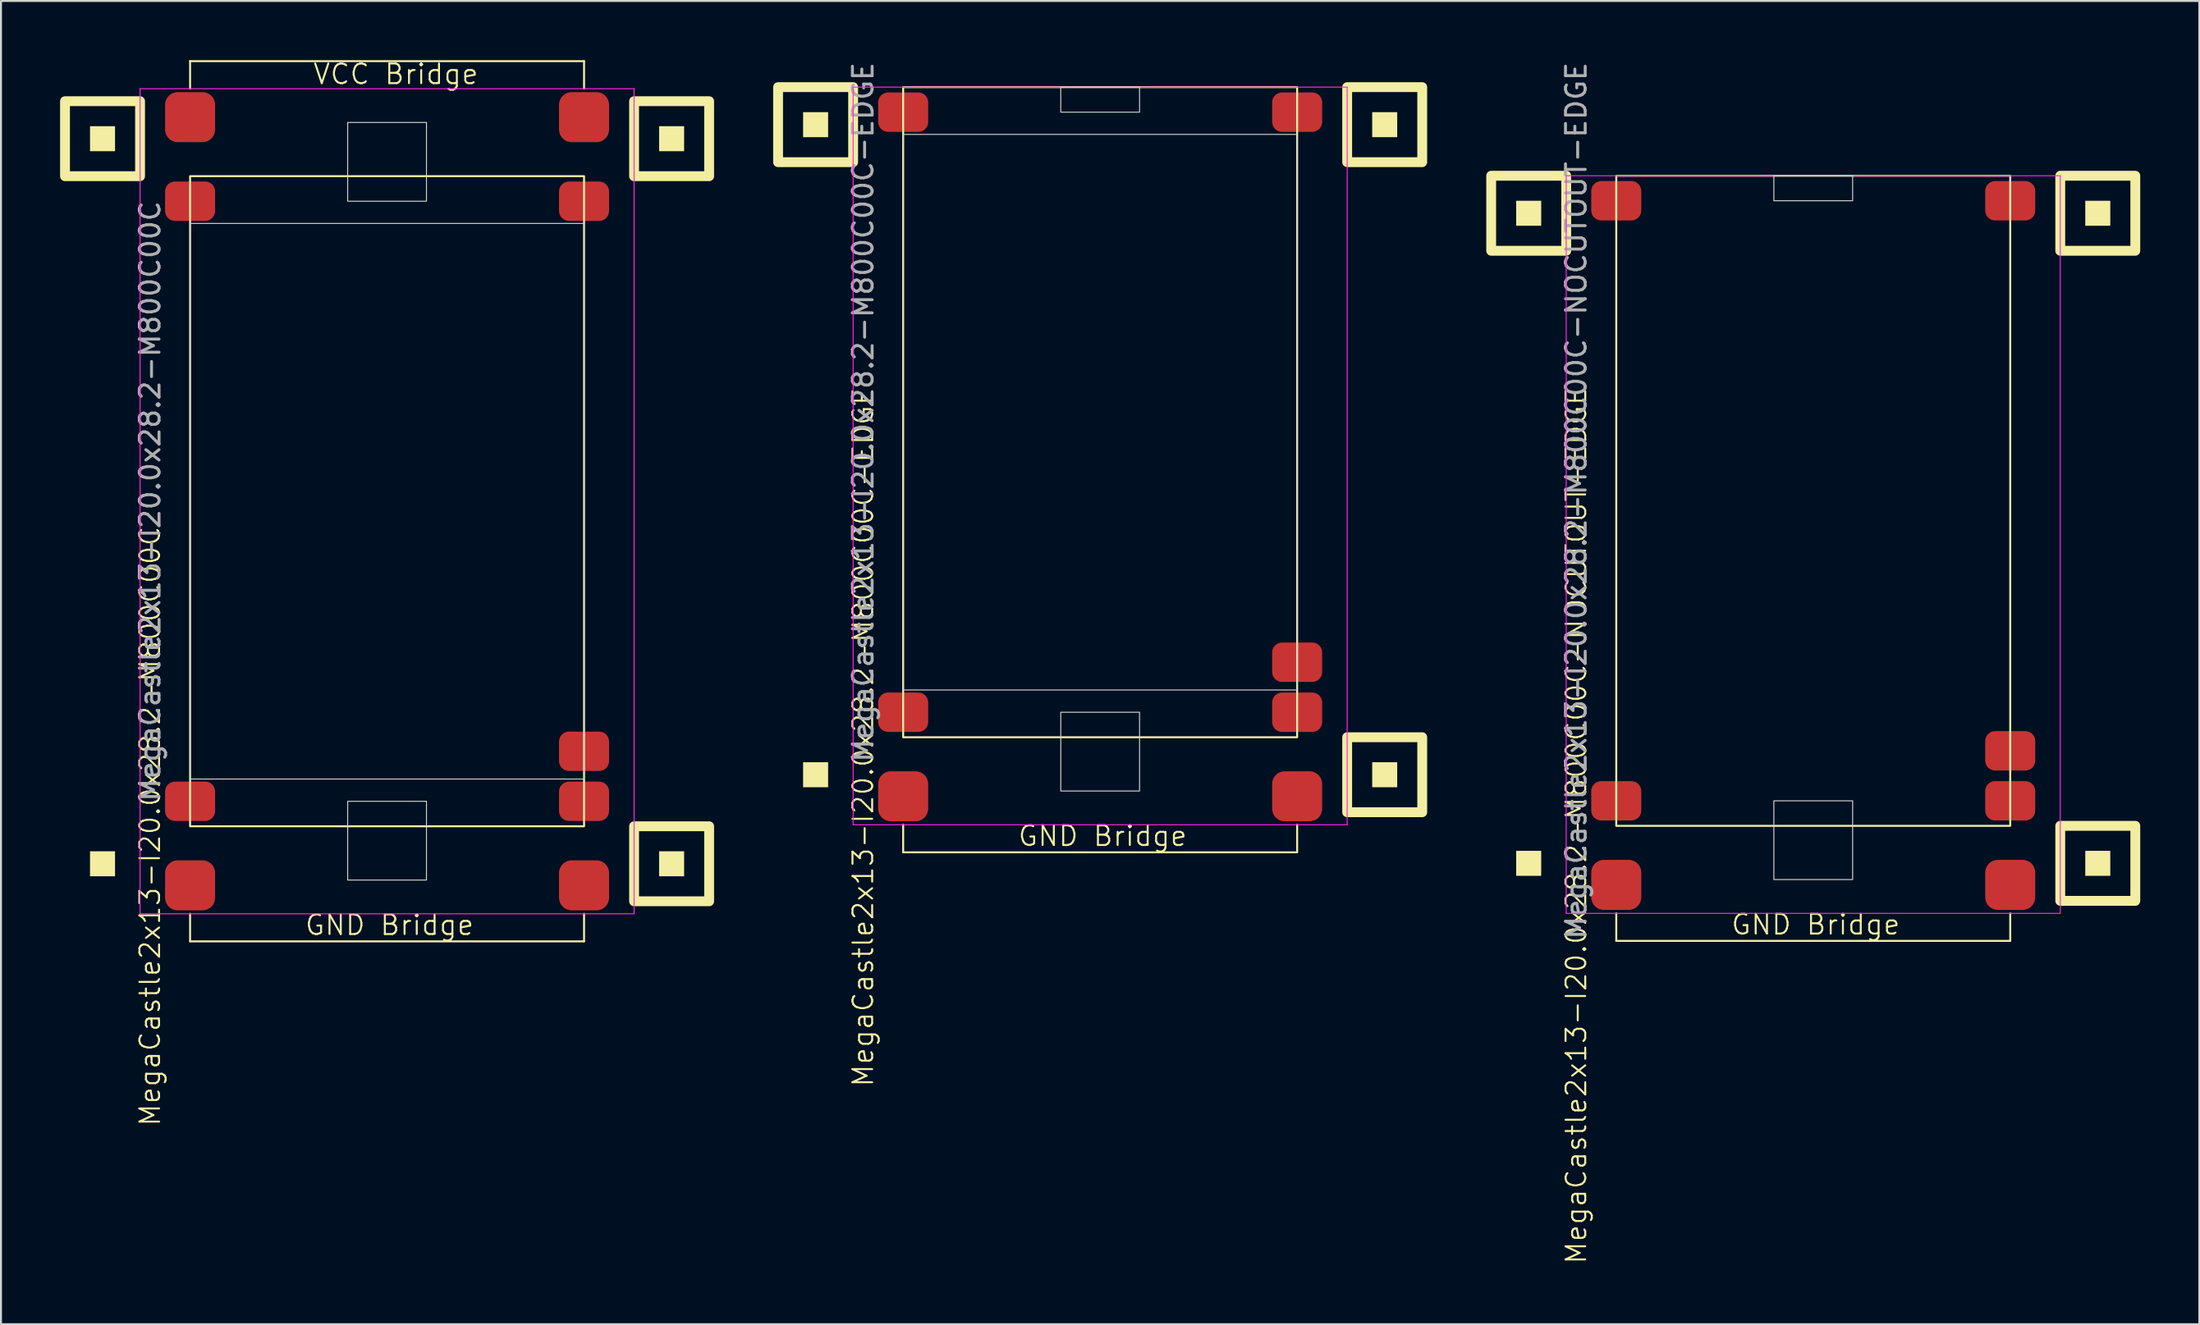
<source format=kicad_pcb>
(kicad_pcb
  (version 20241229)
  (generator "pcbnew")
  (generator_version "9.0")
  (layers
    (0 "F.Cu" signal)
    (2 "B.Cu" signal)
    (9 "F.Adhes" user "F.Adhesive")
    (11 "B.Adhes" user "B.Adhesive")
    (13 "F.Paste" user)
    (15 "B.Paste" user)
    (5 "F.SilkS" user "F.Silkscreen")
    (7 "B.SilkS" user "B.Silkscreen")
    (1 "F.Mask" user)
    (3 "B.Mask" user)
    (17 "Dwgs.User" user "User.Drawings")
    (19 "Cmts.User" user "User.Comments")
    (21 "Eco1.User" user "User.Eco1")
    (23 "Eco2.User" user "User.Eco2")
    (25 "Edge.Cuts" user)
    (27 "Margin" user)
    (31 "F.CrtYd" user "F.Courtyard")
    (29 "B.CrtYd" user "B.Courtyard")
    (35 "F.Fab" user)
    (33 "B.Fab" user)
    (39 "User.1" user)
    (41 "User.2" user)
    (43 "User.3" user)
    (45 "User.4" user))
  (footprint "MegaCastle2x13-I20.0x28.2-M800C00C-NOCUTOUT-EDGE"
    (layer "F.Cu")
    (at 89 22.387)
    (property "Reference" "MegaCastle2x13-I20.0x28.2-M800C00C-NOCUTOUT-EDGE" (at -12.032 16.51 90) (unlocked yes) (layer "F.SilkS") (effects (font (size 1 1) (thickness 0.1))))
    (attr smd)
    (fp_line (start -10 20.955) (end -10 22.355) (stroke (width 0.1) (type default)) (layer "F.SilkS"))
    (fp_line (start -10 22.355) (end 10 22.355) (stroke (width 0.1) (type default)) (layer "F.SilkS"))
    (fp_line (start 10 20.955) (end 10 22.355) (stroke (width 0.1) (type default)) (layer "F.SilkS"))
    (fp_rect (start -13.81 -13.97) (end -15.08 -15.24) (stroke (width 0) (type solid)) (fill yes) (layer "F.SilkS"))
    (fp_rect (start -13.81 19.05) (end -15.08 17.78) (stroke (width 0) (type solid)) (fill yes) (layer "F.SilkS"))
    (fp_rect (start -12.54 -12.7) (end -16.35 -16.51) (stroke (width 0.5) (type default)) (fill no) (layer "F.SilkS"))
    (fp_rect (start -10 -16.51) (end 10 16.51) (stroke (width 0.1) (type default)) (fill no) (layer "F.SilkS"))
    (fp_rect (start 15.08 -13.97) (end 13.81 -15.24) (stroke (width 0) (type solid)) (fill yes) (layer "F.SilkS"))
    (fp_rect (start 15.08 19.05) (end 13.81 17.78) (stroke (width 0) (type solid)) (fill yes) (layer "F.SilkS"))
    (fp_rect (start 16.35 -12.7) (end 12.54 -16.51) (stroke (width 0.5) (type default)) (fill no) (layer "F.SilkS"))
    (fp_rect (start 16.35 20.32) (end 12.54 16.51) (stroke (width 0.5) (type default)) (fill no) (layer "F.SilkS"))
    (fp_rect (start -2 -15.24) (end 2 -16.51) (stroke (width 0.05) (type default)) (fill no) (layer "Edge.Cuts"))
    (fp_rect (start -2 15.24) (end 2 19.24) (stroke (width 0.05) (type default)) (fill no) (layer "Edge.Cuts"))
    (fp_line (start -12.54 -16.51) (end -12.54 20.955) (stroke (width 0.05) (type default)) (layer "F.CrtYd"))
    (fp_line (start -12.54 20.955) (end 12.54 20.955) (stroke (width 0.05) (type default)) (layer "F.CrtYd"))
    (fp_line (start 12.54 -16.51) (end -12.54 -16.51) (stroke (width 0.05) (type default)) (layer "F.CrtYd"))
    (fp_line (start 12.54 -16.51) (end 12.54 20.955) (stroke (width 0.05) (type default)) (layer "F.CrtYd"))
    (fp_text user "GND Bridge" (at -4.226 22.11 0) (unlocked yes) (layer "F.SilkS") (effects (font (size 1 1) (thickness 0.1)) (justify left bottom)))
    (fp_text user "${REFERENCE}" (at -12.032 0 90) (unlocked yes) (layer "F.Fab") (effects (font (size 1 1) (thickness 0.15))))
    (pad "1" smd roundrect (at -10 -15.24) (size 2.54 2) (layers "F.Cu" "F.Mask" "F.Paste") (roundrect_rratio 0.25))
    (pad "13" smd roundrect (at -10 15.24) (size 2.54 2) (layers "F.Cu" "F.Mask" "F.Paste") (roundrect_rratio 0.25))
    (pad "14" smd roundrect (at 10 -15.24) (size 2.54 2) (layers "F.Cu" "F.Mask" "F.Paste") (roundrect_rratio 0.25))
    (pad "25" smd roundrect (at 10 12.7) (size 2.54 2) (layers "F.Cu" "F.Mask" "F.Paste") (roundrect_rratio 0.25))
    (pad "26" smd roundrect (at 10 15.24) (size 2.54 2) (layers "F.Cu" "F.Mask" "F.Paste") (roundrect_rratio 0.25))
    (pad "B1" smd roundrect (at -10 19.51) (size 2.54 2.54) (layers "F.Cu" "F.Mask" "F.Paste") (roundrect_rratio 0.25))
    (pad "B2" smd roundrect (at 10 19.51) (size 2.54 2.54) (layers "F.Cu" "F.Mask" "F.Paste") (roundrect_rratio 0.25)))
  (footprint "MegaCastle2x13-I20.0x28.2-M800C00C"
    (layer "F.Cu")
    (at 16.6 22.41)
    (property "Reference" "MegaCastle2x13-I20.0x28.2-M800C00C" (at -12.032 16.51 90) (unlocked yes) (layer "F.SilkS") (effects (font (size 1 1) (thickness 0.1))))
    (attr smd)
    (fp_line (start -10 -22.355) (end 10 -22.355) (stroke (width 0.1) (type default)) (layer "F.SilkS"))
    (fp_line (start -10 -20.955) (end -10 -22.355) (stroke (width 0.1) (type default)) (layer "F.SilkS"))
    (fp_line (start -10 20.955) (end -10 22.355) (stroke (width 0.1) (type default)) (layer "F.SilkS"))
    (fp_line (start -10 22.355) (end 10 22.355) (stroke (width 0.1) (type default)) (layer "F.SilkS"))
    (fp_line (start 10 -20.955) (end 10 -22.355) (stroke (width 0.1) (type default)) (layer "F.SilkS"))
    (fp_line (start 10 20.955) (end 10 22.355) (stroke (width 0.1) (type default)) (layer "F.SilkS"))
    (fp_rect (start -13.81 -17.78) (end -15.08 -19.05) (stroke (width 0) (type solid)) (fill yes) (layer "F.SilkS"))
    (fp_rect (start -13.81 19.05) (end -15.08 17.78) (stroke (width 0) (type solid)) (fill yes) (layer "F.SilkS"))
    (fp_rect (start -12.54 -16.51) (end -16.35 -20.32) (stroke (width 0.5) (type default)) (fill no) (layer "F.SilkS"))
    (fp_rect (start -10 -16.51) (end 10 16.51) (stroke (width 0.1) (type default)) (fill no) (layer "F.SilkS"))
    (fp_rect (start 15.08 -17.78) (end 13.81 -19.05) (stroke (width 0) (type solid)) (fill yes) (layer "F.SilkS"))
    (fp_rect (start 15.08 19.05) (end 13.81 17.78) (stroke (width 0) (type solid)) (fill yes) (layer "F.SilkS"))
    (fp_rect (start 16.35 -16.51) (end 12.54 -20.32) (stroke (width 0.5) (type default)) (fill no) (layer "F.SilkS"))
    (fp_rect (start 16.35 20.32) (end 12.54 16.51) (stroke (width 0.5) (type default)) (fill no) (layer "F.SilkS"))
    (fp_rect (start -10 -14.11) (end 10 14.11) (stroke (width 0.05) (type default)) (fill no) (layer "Edge.Cuts"))
    (fp_rect (start -2 -15.24) (end 2 -19.24) (stroke (width 0.05) (type default)) (fill no) (layer "Edge.Cuts"))
    (fp_rect (start -2 15.24) (end 2 19.24) (stroke (width 0.05) (type default)) (fill no) (layer "Edge.Cuts"))
    (fp_line (start -12.54 -20.955) (end -12.54 20.955) (stroke (width 0.05) (type default)) (layer "F.CrtYd"))
    (fp_line (start -12.54 20.955) (end 12.54 20.955) (stroke (width 0.05) (type default)) (layer "F.CrtYd"))
    (fp_line (start 12.54 -20.955) (end -12.54 -20.955) (stroke (width 0.05) (type default)) (layer "F.CrtYd"))
    (fp_line (start 12.54 -20.955) (end 12.54 20.955) (stroke (width 0.05) (type default)) (layer "F.CrtYd"))
    (fp_text user "GND Bridge" (at -4.226 22.11 0) (unlocked yes) (layer "F.SilkS") (effects (font (size 1 1) (thickness 0.1)) (justify left bottom)))
    (fp_text user "VCC Bridge" (at -3.81 -21.11 0) (unlocked yes) (layer "F.SilkS") (effects (font (size 1 1) (thickness 0.1)) (justify left bottom)))
    (fp_text user "${REFERENCE}" (at -12.032 0 90) (unlocked yes) (layer "F.Fab") (effects (font (size 1 1) (thickness 0.15))))
    (pad "1" smd roundrect (at -10 -15.24) (size 2.54 2) (layers "F.Cu" "F.Mask" "F.Paste") (roundrect_rratio 0.25))
    (pad "13" smd roundrect (at -10 15.24) (size 2.54 2) (layers "F.Cu" "F.Mask" "F.Paste") (roundrect_rratio 0.25))
    (pad "14" smd roundrect (at 10 -15.24) (size 2.54 2) (layers "F.Cu" "F.Mask" "F.Paste") (roundrect_rratio 0.25))
    (pad "25" smd roundrect (at 10 12.7) (size 2.54 2) (layers "F.Cu" "F.Mask" "F.Paste") (roundrect_rratio 0.25))
    (pad "26" smd roundrect (at 10 15.24) (size 2.54 2) (layers "F.Cu" "F.Mask" "F.Paste") (roundrect_rratio 0.25))
    (pad "A1" smd roundrect (at -10 -19.51) (size 2.54 2.54) (layers "F.Cu" "F.Mask" "F.Paste") (roundrect_rratio 0.25))
    (pad "A2" smd roundrect (at 10 -19.51) (size 2.54 2.54) (layers "F.Cu" "F.Mask" "F.Paste") (roundrect_rratio 0.25))
    (pad "B1" smd roundrect (at -10 19.51) (size 2.54 2.54) (layers "F.Cu" "F.Mask" "F.Paste") (roundrect_rratio 0.25))
    (pad "B2" smd roundrect (at 10 19.51) (size 2.54 2.54) (layers "F.Cu" "F.Mask" "F.Paste") (roundrect_rratio 0.25)))
  (footprint "MegaCastle2x13-I20.0x28.2-M800C00C-EDGE"
    (layer "F.Cu")
    (at 52.8 17.887)
    (property "Reference" "MegaCastle2x13-I20.0x28.2-M800C00C-EDGE" (at -12.032 16.51 90) (unlocked yes) (layer "F.SilkS") (effects (font (size 1 1) (thickness 0.1))))
    (attr smd)
    (fp_line (start -10 20.955) (end -10 22.355) (stroke (width 0.1) (type default)) (layer "F.SilkS"))
    (fp_line (start -10 22.355) (end 10 22.355) (stroke (width 0.1) (type default)) (layer "F.SilkS"))
    (fp_line (start 10 20.955) (end 10 22.355) (stroke (width 0.1) (type default)) (layer "F.SilkS"))
    (fp_rect (start -13.81 -13.97) (end -15.08 -15.24) (stroke (width 0) (type solid)) (fill yes) (layer "F.SilkS"))
    (fp_rect (start -13.81 19.05) (end -15.08 17.78) (stroke (width 0) (type solid)) (fill yes) (layer "F.SilkS"))
    (fp_rect (start -12.54 -12.7) (end -16.35 -16.51) (stroke (width 0.5) (type default)) (fill no) (layer "F.SilkS"))
    (fp_rect (start -10 -16.51) (end 10 16.51) (stroke (width 0.1) (type default)) (fill no) (layer "F.SilkS"))
    (fp_rect (start 15.08 -13.97) (end 13.81 -15.24) (stroke (width 0) (type solid)) (fill yes) (layer "F.SilkS"))
    (fp_rect (start 15.08 19.05) (end 13.81 17.78) (stroke (width 0) (type solid)) (fill yes) (layer "F.SilkS"))
    (fp_rect (start 16.35 -12.7) (end 12.54 -16.51) (stroke (width 0.5) (type default)) (fill no) (layer "F.SilkS"))
    (fp_rect (start 16.35 20.32) (end 12.54 16.51) (stroke (width 0.5) (type default)) (fill no) (layer "F.SilkS"))
    (fp_rect (start -10 -14.11) (end 10 14.11) (stroke (width 0.05) (type default)) (fill no) (layer "Edge.Cuts"))
    (fp_rect (start -2 -15.24) (end 2 -16.51) (stroke (width 0.05) (type default)) (fill no) (layer "Edge.Cuts"))
    (fp_rect (start -2 15.24) (end 2 19.24) (stroke (width 0.05) (type default)) (fill no) (layer "Edge.Cuts"))
    (fp_line (start -12.54 -16.51) (end -12.54 20.955) (stroke (width 0.05) (type default)) (layer "F.CrtYd"))
    (fp_line (start -12.54 20.955) (end 12.54 20.955) (stroke (width 0.05) (type default)) (layer "F.CrtYd"))
    (fp_line (start 12.54 -16.51) (end -12.54 -16.51) (stroke (width 0.05) (type default)) (layer "F.CrtYd"))
    (fp_line (start 12.54 -16.51) (end 12.54 20.955) (stroke (width 0.05) (type default)) (layer "F.CrtYd"))
    (fp_text user "GND Bridge" (at -4.226 22.11 0) (unlocked yes) (layer "F.SilkS") (effects (font (size 1 1) (thickness 0.1)) (justify left bottom)))
    (fp_text user "${REFERENCE}" (at -12.032 0 90) (unlocked yes) (layer "F.Fab") (effects (font (size 1 1) (thickness 0.15))))
    (pad "1" smd roundrect (at -10 -15.24) (size 2.54 2) (layers "F.Cu" "F.Mask" "F.Paste") (roundrect_rratio 0.25))
    (pad "13" smd roundrect (at -10 15.24) (size 2.54 2) (layers "F.Cu" "F.Mask" "F.Paste") (roundrect_rratio 0.25))
    (pad "14" smd roundrect (at 10 -15.24) (size 2.54 2) (layers "F.Cu" "F.Mask" "F.Paste") (roundrect_rratio 0.25))
    (pad "25" smd roundrect (at 10 12.7) (size 2.54 2) (layers "F.Cu" "F.Mask" "F.Paste") (roundrect_rratio 0.25))
    (pad "26" smd roundrect (at 10 15.24) (size 2.54 2) (layers "F.Cu" "F.Mask" "F.Paste") (roundrect_rratio 0.25))
    (pad "B1" smd roundrect (at -10 19.51) (size 2.54 2.54) (layers "F.Cu" "F.Mask" "F.Paste") (roundrect_rratio 0.25))
    (pad "B2" smd roundrect (at 10 19.51) (size 2.54 2.54) (layers "F.Cu" "F.Mask" "F.Paste") (roundrect_rratio 0.25)))
  (gr_rect
    (start -3 -3)
    (end 108.6 64.209)
    (stroke (width 0.1) (type default))
    (fill no)
    (layer "Edge.Cuts")))
</source>
